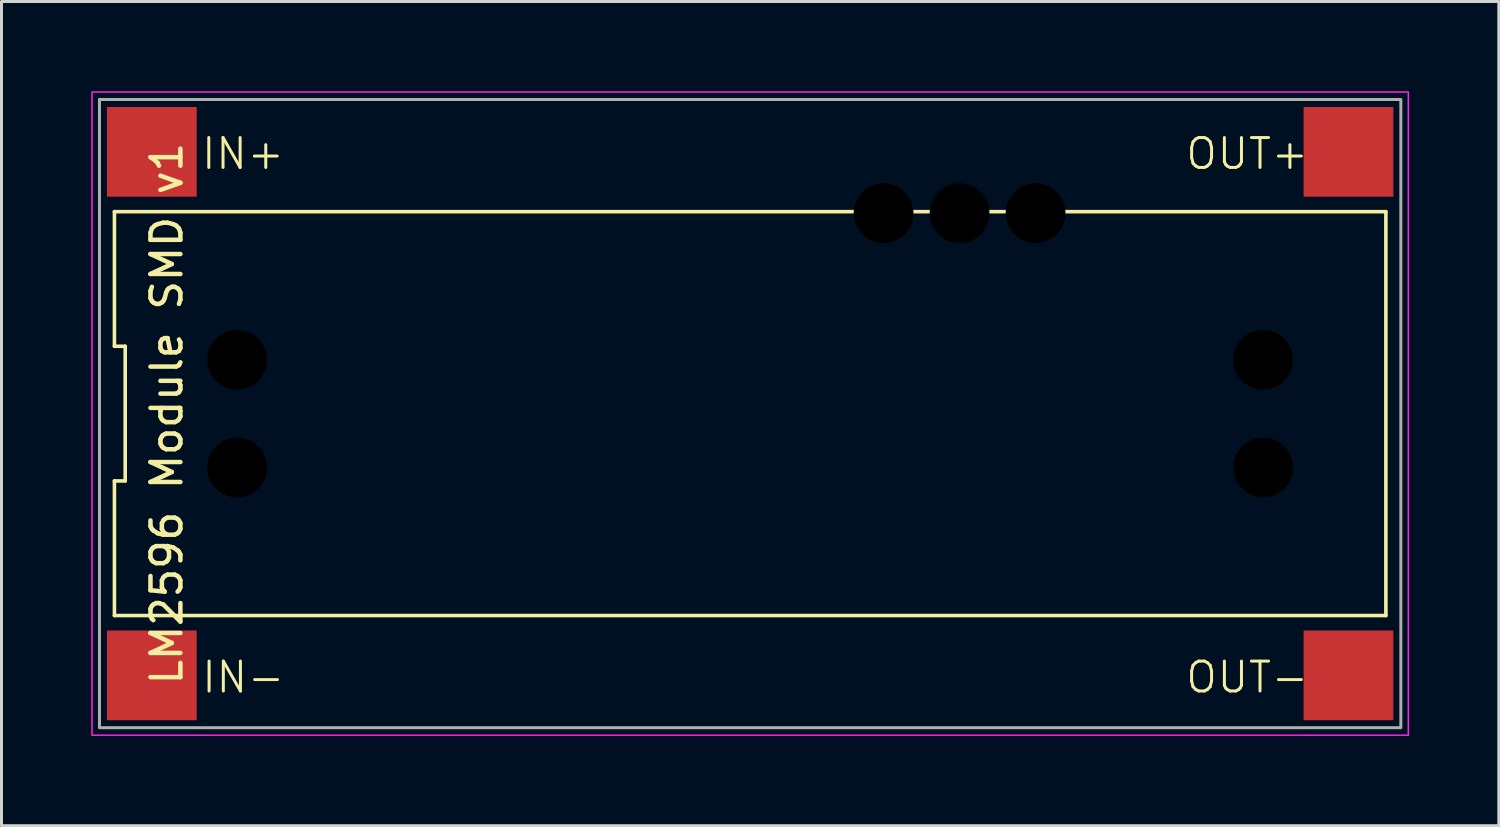
<source format=kicad_pcb>
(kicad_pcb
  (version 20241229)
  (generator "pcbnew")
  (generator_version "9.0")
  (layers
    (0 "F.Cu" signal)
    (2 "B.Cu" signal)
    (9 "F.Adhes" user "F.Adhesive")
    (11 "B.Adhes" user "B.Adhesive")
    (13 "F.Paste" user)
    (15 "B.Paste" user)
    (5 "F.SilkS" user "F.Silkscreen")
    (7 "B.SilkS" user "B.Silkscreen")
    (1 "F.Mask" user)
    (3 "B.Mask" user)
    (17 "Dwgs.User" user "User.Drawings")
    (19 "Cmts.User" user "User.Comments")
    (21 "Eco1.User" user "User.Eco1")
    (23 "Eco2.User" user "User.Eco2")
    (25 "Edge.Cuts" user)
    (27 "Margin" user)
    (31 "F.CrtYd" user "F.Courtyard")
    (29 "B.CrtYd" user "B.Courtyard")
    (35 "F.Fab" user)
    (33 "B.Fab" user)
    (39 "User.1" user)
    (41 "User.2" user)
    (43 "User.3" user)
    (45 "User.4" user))
  (footprint "LM2596 Module SMD v1"
    (layer "F.Cu")
    (at 22.025 10.775)
    (property "Reference" "LM2596 Module SMD v1" (at -19.5 0 90) (layer "F.SilkS") (effects (font (size 1 1) (thickness 0.15))))
    (attr through_hole)
    (fp_line (start -21.25 -6.75) (end -21.25 -2.25) (stroke (width 0.12) (type default)) (layer "F.SilkS"))
    (fp_line (start -21.25 -2.25) (end -20.89 -2.25) (stroke (width 0.12) (type default)) (layer "F.SilkS"))
    (fp_line (start -21.25 2.25) (end -21.25 6.75) (stroke (width 0.12) (type default)) (layer "F.SilkS"))
    (fp_line (start -21.25 6.75) (end 21.25 6.75) (stroke (width 0.12) (type default)) (layer "F.SilkS"))
    (fp_line (start -20.89 -2.25) (end -20.89 2.25) (stroke (width 0.12) (type default)) (layer "F.SilkS"))
    (fp_line (start -20.89 2.25) (end -21.25 2.25) (stroke (width 0.12) (type default)) (layer "F.SilkS"))
    (fp_line (start 21.25 -6.75) (end -21.25 -6.75) (stroke (width 0.12) (type default)) (layer "F.SilkS"))
    (fp_line (start 21.25 6.75) (end 21.25 -6.75) (stroke (width 0.12) (type default)) (layer "F.SilkS"))
    (fp_rect (start -22 -10.75) (end 22 10.75) (stroke (width 0.05) (type default)) (fill no) (layer "F.CrtYd"))
    (fp_rect (start -21.75 -10.5) (end 21.75 10.5) (stroke (width 0.1) (type default)) (fill no) (layer "F.Fab"))
    (fp_text user "IN+" (at -18.4 -8.1 0) (unlocked yes) (layer "F.SilkS") (effects (font (size 1 1) (thickness 0.1)) (justify left bottom)))
    (fp_text user "OUT+" (at 14.5 -8.1 0) (unlocked yes) (layer "F.SilkS") (effects (font (size 1 1) (thickness 0.1)) (justify left bottom)))
    (fp_text user "IN-" (at -18.39 9.4 0) (unlocked yes) (layer "F.SilkS") (effects (font (size 1 1) (thickness 0.1)) (justify left bottom)))
    (fp_text user "OUT-" (at 14.5 9.4 0) (unlocked yes) (layer "F.SilkS") (effects (font (size 1 1) (thickness 0.1)) (justify left bottom)))
    (pad "" np_thru_hole circle (at -17.15 -1.8) (size 2 2) (drill 2) (layers "*.Mask"))
    (pad "" np_thru_hole circle (at -17.15 1.8) (size 2 2) (drill 2) (layers "*.Mask"))
    (pad "" np_thru_hole circle (at 4.46 -6.7) (size 2 2) (drill 2) (layers "*.Mask"))
    (pad "" np_thru_hole circle (at 7 -6.7) (size 2 2) (drill 2) (layers "*.Mask"))
    (pad "" np_thru_hole circle (at 9.54 -6.7) (size 2 2) (drill 2) (layers "*.Mask"))
    (pad "" np_thru_hole circle (at 17.15 -1.8) (size 2 2) (drill 2) (layers "*.Mask"))
    (pad "" np_thru_hole circle (at 17.15 1.8) (size 2 2) (drill 2) (layers "*.Mask"))
    (pad "1" smd rect (at -20 8.75) (size 3 3) (layers "F.Cu" "F.Mask" "F.Paste"))
    (pad "2" smd rect (at 20 8.75) (size 3 3) (layers "F.Cu" "F.Mask" "F.Paste"))
    (pad "3" smd rect (at 20 -8.75) (size 3 3) (layers "F.Cu" "F.Mask" "F.Paste"))
    (pad "4" smd rect (at -20 -8.75) (size 3 3) (layers "F.Cu" "F.Mask" "F.Paste")))
  (gr_rect
    (start -3 -3)
    (end 47.05 24.55)
    (stroke (width 0.1) (type default))
    (fill no)
    (layer "Edge.Cuts")))
</source>
